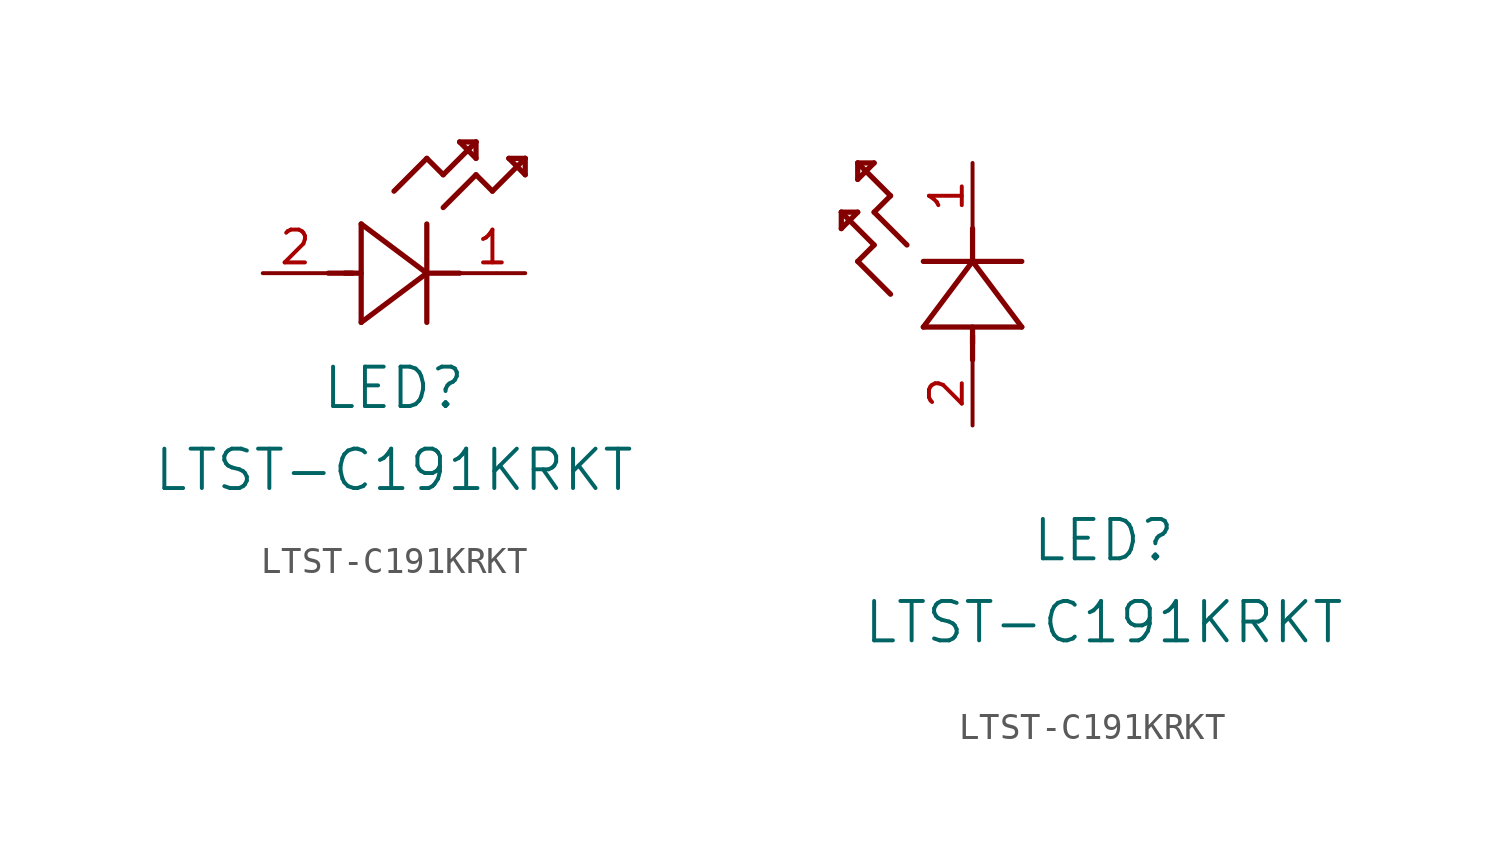
<source format=kicad_sym>
(kicad_symbol_lib
  (version 20211014)
  (generator kicad_symbol_editor)
  (symbol "LTST-C191KRKT"
    (pin_names
      (offset 0.254))
    (property "Reference" "LED"
      (at 5.08 -4.445 0)
      (effects (font (size 1.524 1.524))))
    (property "Value" "LTST-C191KRKT"
      (at 5.08 -7.62 0)
      (effects (font (size 1.524 1.524))))
    (symbol "LTST-C191KRKT_1_1"
      (polyline (pts (xy 2.54 0) (xy 3.48 0)) (stroke (width 0.203) (type default) (color 0 0 0 0)) (fill (type none)))
      (polyline (pts (xy 3.81 1.905) (xy 3.81 -1.905)) (stroke (width 0.203) (type default) (color 0 0 0 0)) (fill (type none)))
      (polyline (pts (xy 3.175 0) (xy 3.81 0)) (stroke (width 0.203) (type default) (color 0 0 0 0)) (fill (type none)))
      (polyline (pts (xy 6.35 -1.905) (xy 6.35 1.905)) (stroke (width 0.203) (type default) (color 0 0 0 0)) (fill (type none)))
      (polyline (pts (xy 6.35 0) (xy 7.62 0)) (stroke (width 0.203) (type default) (color 0 0 0 0)) (fill (type none)))
      (polyline (pts (xy 6.35 4.445) (xy 6.985 3.81)) (stroke (width 0.203) (type default) (color 0 0 0 0)) (fill (type none)))
      (polyline (pts (xy 6.985 3.81) (xy 8.255 5.08)) (stroke (width 0.203) (type default) (color 0 0 0 0)) (fill (type none)))
      (polyline (pts (xy 8.255 3.81) (xy 8.89 3.175)) (stroke (width 0.203) (type default) (color 0 0 0 0)) (fill (type none)))
      (polyline (pts (xy 8.89 3.175) (xy 10.16 4.445)) (stroke (width 0.203) (type default) (color 0 0 0 0)) (fill (type none)))
      (polyline (pts (xy 8.255 5.08) (xy 7.62 5.08)) (stroke (width 0.203) (type default) (color 0 0 0 0)) (fill (type none)))
      (polyline (pts (xy 7.62 5.08) (xy 8.255 4.445)) (stroke (width 0.203) (type default) (color 0 0 0 0)) (fill (type none)))
      (polyline (pts (xy 8.255 4.445) (xy 8.255 5.08)) (stroke (width 0.203) (type default) (color 0 0 0 0)) (fill (type none)))
      (polyline (pts (xy 10.16 4.445) (xy 9.525 4.445)) (stroke (width 0.203) (type default) (color 0 0 0 0)) (fill (type none)))
      (polyline (pts (xy 9.525 4.445) (xy 10.16 3.81)) (stroke (width 0.203) (type default) (color 0 0 0 0)) (fill (type none)))
      (polyline (pts (xy 10.16 3.81) (xy 10.16 4.445)) (stroke (width 0.203) (type default) (color 0 0 0 0)) (fill (type none)))
      (polyline (pts (xy 6.985 2.54) (xy 8.255 3.81)) (stroke (width 0.203) (type default) (color 0 0 0 0)) (fill (type none)))
      (polyline (pts (xy 6.35 0) (xy 3.81 1.905)) (stroke (width 0.203) (type default) (color 0 0 0 0)) (fill (type none)))
      (polyline (pts (xy 3.81 -1.905) (xy 6.35 0)) (stroke (width 0.203) (type default) (color 0 0 0 0)) (fill (type none)))
      (polyline (pts (xy 5.08 3.175) (xy 6.35 4.445)) (stroke (width 0.203) (type default) (color 0 0 0 0)) (fill (type none)))
      (pin unspecified line (at 10.16 0 180) (length 2.54) (name "" (effects (font (size 1.27 1.27)))) (number "1" (effects (font (size 1.27 1.27)))))
      (pin unspecified line (at 0 0 0) (length 2.54) (name "" (effects (font (size 1.27 1.27)))) (number "2" (effects (font (size 1.27 1.27))))))
    (symbol "LTST-C191KRKT_1_2"
      (polyline (pts (xy 0 2.54) (xy 0 3.48)) (stroke (width 0.203) (type default) (color 0 0 0 0)) (fill (type none)))
      (polyline (pts (xy -1.905 3.81) (xy 1.905 3.81)) (stroke (width 0.203) (type default) (color 0 0 0 0)) (fill (type none)))
      (polyline (pts (xy 0 3.175) (xy 0 3.81)) (stroke (width 0.203) (type default) (color 0 0 0 0)) (fill (type none)))
      (polyline (pts (xy 1.905 6.35) (xy -1.905 6.35)) (stroke (width 0.203) (type default) (color 0 0 0 0)) (fill (type none)))
      (polyline (pts (xy 0 6.35) (xy 0 7.62)) (stroke (width 0.203) (type default) (color 0 0 0 0)) (fill (type none)))
      (polyline (pts (xy 0 6.35) (xy -1.905 3.81)) (stroke (width 0.203) (type default) (color 0 0 0 0)) (fill (type none)))
      (polyline (pts (xy 1.905 3.81) (xy 0 6.35)) (stroke (width 0.203) (type default) (color 0 0 0 0)) (fill (type none)))
      (polyline (pts (xy -4.445 6.35) (xy -3.81 6.985)) (stroke (width 0.203) (type default) (color 0 0 0 0)) (fill (type none)))
      (polyline (pts (xy -2.54 6.985) (xy -3.81 8.255)) (stroke (width 0.203) (type default) (color 0 0 0 0)) (fill (type none)))
      (polyline (pts (xy -3.175 5.08) (xy -4.445 6.35)) (stroke (width 0.203) (type default) (color 0 0 0 0)) (fill (type none)))
      (polyline (pts (xy -4.445 10.16) (xy -4.445 9.525)) (stroke (width 0.203) (type default) (color 0 0 0 0)) (fill (type none)))
      (polyline (pts (xy -4.445 9.525) (xy -3.81 10.16)) (stroke (width 0.203) (type default) (color 0 0 0 0)) (fill (type none)))
      (polyline (pts (xy -3.81 10.16) (xy -4.445 10.16)) (stroke (width 0.203) (type default) (color 0 0 0 0)) (fill (type none)))
      (polyline (pts (xy -3.81 8.255) (xy -3.175 8.89)) (stroke (width 0.203) (type default) (color 0 0 0 0)) (fill (type none)))
      (polyline (pts (xy -3.175 8.89) (xy -4.445 10.16)) (stroke (width 0.203) (type default) (color 0 0 0 0)) (fill (type none)))
      (polyline (pts (xy -3.81 6.985) (xy -5.08 8.255)) (stroke (width 0.203) (type default) (color 0 0 0 0)) (fill (type none)))
      (polyline (pts (xy -5.08 8.255) (xy -5.08 7.62)) (stroke (width 0.203) (type default) (color 0 0 0 0)) (fill (type none)))
      (polyline (pts (xy -5.08 7.62) (xy -4.445 8.255)) (stroke (width 0.203) (type default) (color 0 0 0 0)) (fill (type none)))
      (polyline (pts (xy -4.445 8.255) (xy -5.08 8.255)) (stroke (width 0.203) (type default) (color 0 0 0 0)) (fill (type none)))
      (pin unspecified line (at 0 10.16 270) (length 2.54) (name "" (effects (font (size 1.27 1.27)))) (number "1" (effects (font (size 1.27 1.27)))))
      (pin unspecified line (at 0 0 90) (length 2.54) (name "" (effects (font (size 1.27 1.27)))) (number "2" (effects (font (size 1.27 1.27))))))))
</source>
